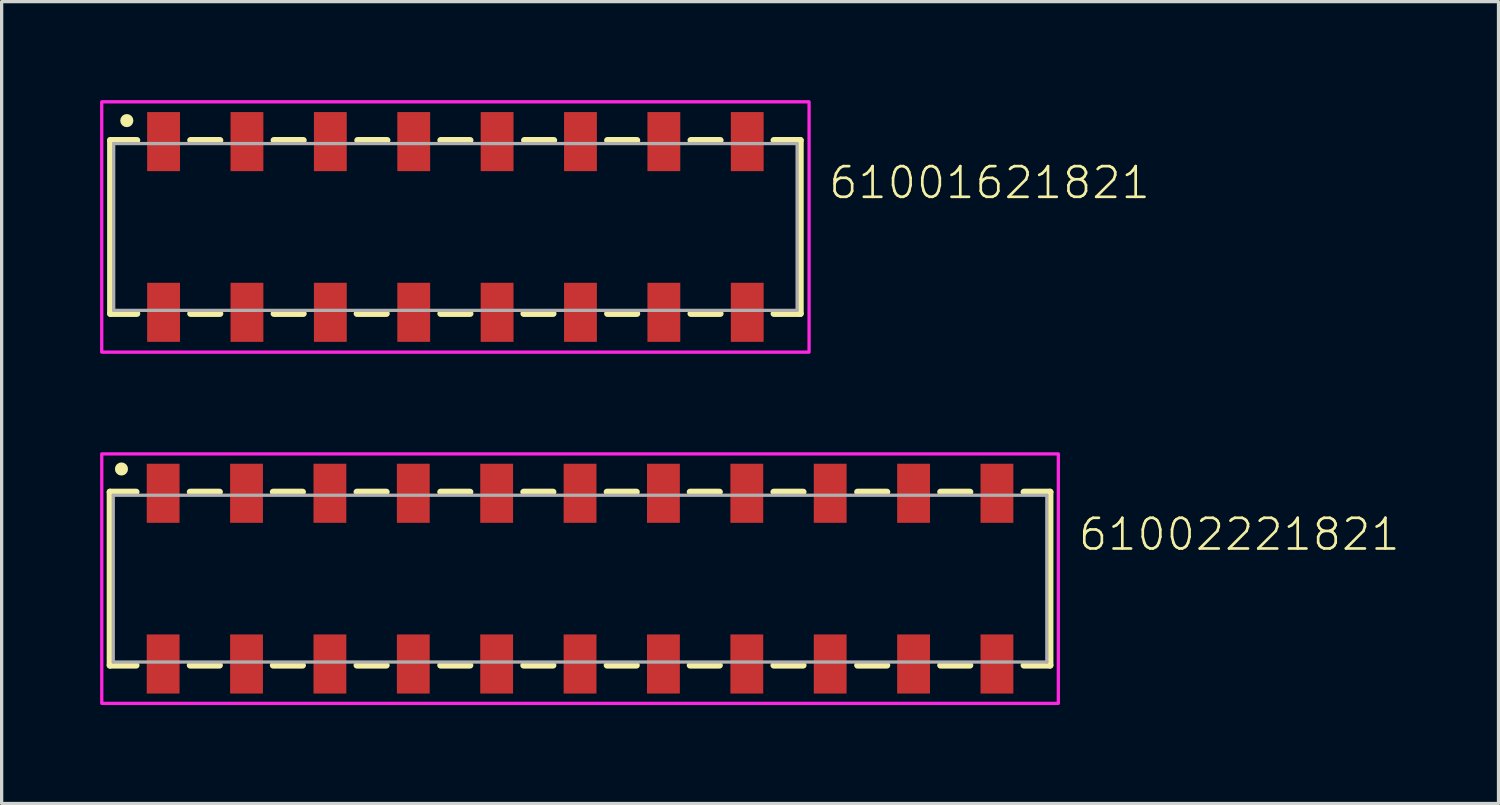
<source format=kicad_pcb>
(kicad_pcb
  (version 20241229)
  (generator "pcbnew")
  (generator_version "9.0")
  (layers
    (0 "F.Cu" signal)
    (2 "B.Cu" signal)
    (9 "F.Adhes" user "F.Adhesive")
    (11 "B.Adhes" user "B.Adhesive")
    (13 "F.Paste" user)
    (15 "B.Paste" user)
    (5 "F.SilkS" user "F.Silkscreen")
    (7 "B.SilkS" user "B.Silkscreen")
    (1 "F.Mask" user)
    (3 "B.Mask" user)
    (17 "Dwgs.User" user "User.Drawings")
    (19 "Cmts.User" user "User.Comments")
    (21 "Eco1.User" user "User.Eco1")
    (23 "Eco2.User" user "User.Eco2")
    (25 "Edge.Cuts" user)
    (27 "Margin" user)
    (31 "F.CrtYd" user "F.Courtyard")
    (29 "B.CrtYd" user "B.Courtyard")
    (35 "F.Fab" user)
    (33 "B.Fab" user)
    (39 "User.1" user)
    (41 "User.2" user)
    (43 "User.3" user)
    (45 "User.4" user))
  (footprint "61002221821"
    (layer "F.Cu")
    (at 14.62 14.577)
    (property "Reference" "61002221821" (at 15.13 -0.8 0) (unlocked yes) (layer "F.SilkS") (effects (font (size 0.935 0.935) (thickness 0.081)) (justify left bottom)))
    (fp_line (start -14.32 -2.64) (end -14.32 2.64) (stroke (width 0.2) (type solid)) (layer "F.SilkS"))
    (fp_line (start -13.52 -2.64) (end -14.32 -2.64) (stroke (width 0.2) (type solid)) (layer "F.SilkS"))
    (fp_line (start -13.52 2.64) (end -14.32 2.64) (stroke (width 0.2) (type solid)) (layer "F.SilkS"))
    (fp_line (start -11.88 -2.64) (end -10.98 -2.64) (stroke (width 0.2) (type solid)) (layer "F.SilkS"))
    (fp_line (start -11.88 2.64) (end -10.98 2.64) (stroke (width 0.2) (type solid)) (layer "F.SilkS"))
    (fp_line (start -9.35 -2.64) (end -8.45 -2.64) (stroke (width 0.2) (type solid)) (layer "F.SilkS"))
    (fp_line (start -9.35 2.64) (end -8.45 2.64) (stroke (width 0.2) (type solid)) (layer "F.SilkS"))
    (fp_line (start -6.8 -2.64) (end -5.9 -2.64) (stroke (width 0.2) (type solid)) (layer "F.SilkS"))
    (fp_line (start -5.9 2.64) (end -6.8 2.64) (stroke (width 0.2) (type solid)) (layer "F.SilkS"))
    (fp_line (start -4.25 -2.64) (end -3.35 -2.64) (stroke (width 0.2) (type solid)) (layer "F.SilkS"))
    (fp_line (start -4.25 2.64) (end -3.35 2.64) (stroke (width 0.2) (type solid)) (layer "F.SilkS"))
    (fp_line (start -1.72 -2.64) (end -0.82 -2.64) (stroke (width 0.2) (type solid)) (layer "F.SilkS"))
    (fp_line (start -1.72 2.64) (end -0.82 2.64) (stroke (width 0.2) (type solid)) (layer "F.SilkS"))
    (fp_line (start 1.72 -2.64) (end 0.82 -2.64) (stroke (width 0.2) (type solid)) (layer "F.SilkS"))
    (fp_line (start 1.72 2.64) (end 0.82 2.64) (stroke (width 0.2) (type solid)) (layer "F.SilkS"))
    (fp_line (start 4.25 -2.64) (end 3.35 -2.64) (stroke (width 0.2) (type solid)) (layer "F.SilkS"))
    (fp_line (start 4.25 2.64) (end 3.35 2.64) (stroke (width 0.2) (type solid)) (layer "F.SilkS"))
    (fp_line (start 5.9 -2.64) (end 6.8 -2.64) (stroke (width 0.2) (type solid)) (layer "F.SilkS"))
    (fp_line (start 6.8 2.64) (end 5.9 2.64) (stroke (width 0.2) (type solid)) (layer "F.SilkS"))
    (fp_line (start 9.35 -2.64) (end 8.45 -2.64) (stroke (width 0.2) (type solid)) (layer "F.SilkS"))
    (fp_line (start 9.35 2.64) (end 8.45 2.64) (stroke (width 0.2) (type solid)) (layer "F.SilkS"))
    (fp_line (start 11.88 -2.64) (end 10.98 -2.64) (stroke (width 0.2) (type solid)) (layer "F.SilkS"))
    (fp_line (start 11.88 2.64) (end 10.98 2.64) (stroke (width 0.2) (type solid)) (layer "F.SilkS"))
    (fp_line (start 13.52 -2.64) (end 14.32 -2.64) (stroke (width 0.2) (type solid)) (layer "F.SilkS"))
    (fp_line (start 13.52 2.64) (end 14.32 2.64) (stroke (width 0.2) (type solid)) (layer "F.SilkS"))
    (fp_line (start 14.32 2.64) (end 14.32 -2.64) (stroke (width 0.2) (type solid)) (layer "F.SilkS"))
    (fp_circle (center -13.97 -3.34) (end -13.87 -3.34) (stroke (width 0.2) (type solid)) (fill no) (layer "F.SilkS"))
    (fp_poly (pts (xy 14.57 3.8) (xy -14.57 3.8) (xy -14.57 -3.8) (xy 14.57 -3.8)) (stroke (width 0.1) (type default)) (fill no) (layer "F.CrtYd"))
    (fp_line (start -14.22 -2.54) (end -14.22 2.54) (stroke (width 0.1) (type solid)) (layer "F.Fab"))
    (fp_line (start -14.22 2.54) (end 14.22 2.54) (stroke (width 0.1) (type solid)) (layer "F.Fab"))
    (fp_line (start 14.22 -2.54) (end -14.22 -2.54) (stroke (width 0.1) (type solid)) (layer "F.Fab"))
    (fp_line (start 14.22 2.54) (end 14.22 -2.54) (stroke (width 0.1) (type solid)) (layer "F.Fab"))
    (pad "1" smd rect (at -12.7 -2.6) (size 1 1.8) (layers "F.Cu" "F.Mask" "F.Paste"))
    (pad "2" smd rect (at -12.7 2.6) (size 1 1.8) (layers "F.Cu" "F.Mask" "F.Paste"))
    (pad "3" smd rect (at -10.16 -2.6) (size 1 1.8) (layers "F.Cu" "F.Mask" "F.Paste"))
    (pad "4" smd rect (at -10.16 2.6) (size 1 1.8) (layers "F.Cu" "F.Mask" "F.Paste"))
    (pad "5" smd rect (at -7.62 -2.6) (size 1 1.8) (layers "F.Cu" "F.Mask" "F.Paste"))
    (pad "6" smd rect (at -7.62 2.6) (size 1 1.8) (layers "F.Cu" "F.Mask" "F.Paste"))
    (pad "7" smd rect (at -5.08 -2.6) (size 1 1.8) (layers "F.Cu" "F.Mask" "F.Paste"))
    (pad "8" smd rect (at -5.08 2.6) (size 1 1.8) (layers "F.Cu" "F.Mask" "F.Paste"))
    (pad "9" smd rect (at -2.54 -2.6) (size 1 1.8) (layers "F.Cu" "F.Mask" "F.Paste"))
    (pad "10" smd rect (at -2.54 2.6) (size 1 1.8) (layers "F.Cu" "F.Mask" "F.Paste"))
    (pad "11" smd rect (at 0 -2.6) (size 1 1.8) (layers "F.Cu" "F.Mask" "F.Paste"))
    (pad "12" smd rect (at 0 2.6) (size 1 1.8) (layers "F.Cu" "F.Mask" "F.Paste"))
    (pad "13" smd rect (at 2.54 -2.6) (size 1 1.8) (layers "F.Cu" "F.Mask" "F.Paste"))
    (pad "14" smd rect (at 2.54 2.6) (size 1 1.8) (layers "F.Cu" "F.Mask" "F.Paste"))
    (pad "15" smd rect (at 5.08 -2.6) (size 1 1.8) (layers "F.Cu" "F.Mask" "F.Paste"))
    (pad "16" smd rect (at 5.08 2.6) (size 1 1.8) (layers "F.Cu" "F.Mask" "F.Paste"))
    (pad "17" smd rect (at 7.62 -2.6) (size 1 1.8) (layers "F.Cu" "F.Mask" "F.Paste"))
    (pad "18" smd rect (at 7.62 2.6) (size 1 1.8) (layers "F.Cu" "F.Mask" "F.Paste"))
    (pad "19" smd rect (at 10.16 -2.6) (size 1 1.8) (layers "F.Cu" "F.Mask" "F.Paste"))
    (pad "20" smd rect (at 10.16 2.6) (size 1 1.8) (layers "F.Cu" "F.Mask" "F.Paste"))
    (pad "21" smd rect (at 12.7 -2.6) (size 1 1.8) (layers "F.Cu" "F.Mask" "F.Paste"))
    (pad "22" smd rect (at 12.7 2.6) (size 1 1.8) (layers "F.Cu" "F.Mask" "F.Paste")))
  (footprint "61001621821"
    (layer "F.Cu")
    (at 10.823 3.864)
    (property "Reference" "61001621821" (at 11.32 -0.8 0) (unlocked yes) (layer "F.SilkS") (effects (font (size 0.935 0.935) (thickness 0.081)) (justify left bottom)))
    (fp_line (start -10.51 -2.64) (end -10.51 2.64) (stroke (width 0.2) (type solid)) (layer "F.SilkS"))
    (fp_line (start -9.7 -2.64) (end -10.51 -2.64) (stroke (width 0.2) (type solid)) (layer "F.SilkS"))
    (fp_line (start -9.7 2.64) (end -10.51 2.64) (stroke (width 0.2) (type solid)) (layer "F.SilkS"))
    (fp_line (start -8.07 -2.64) (end -7.17 -2.64) (stroke (width 0.2) (type solid)) (layer "F.SilkS"))
    (fp_line (start -8.07 2.64) (end -7.17 2.64) (stroke (width 0.2) (type solid)) (layer "F.SilkS"))
    (fp_line (start -5.53 -2.64) (end -4.63 -2.64) (stroke (width 0.2) (type solid)) (layer "F.SilkS"))
    (fp_line (start -5.53 2.64) (end -4.63 2.64) (stroke (width 0.2) (type solid)) (layer "F.SilkS"))
    (fp_line (start -3 2.64) (end -2.1 2.64) (stroke (width 0.2) (type solid)) (layer "F.SilkS"))
    (fp_line (start -2.98 -2.64) (end -2.08 -2.64) (stroke (width 0.2) (type solid)) (layer "F.SilkS"))
    (fp_line (start -0.45 -2.64) (end 0.45 -2.64) (stroke (width 0.2) (type solid)) (layer "F.SilkS"))
    (fp_line (start 0.45 2.64) (end -0.45 2.64) (stroke (width 0.2) (type solid)) (layer "F.SilkS"))
    (fp_line (start 2.98 2.64) (end 2.08 2.64) (stroke (width 0.2) (type solid)) (layer "F.SilkS"))
    (fp_line (start 3 -2.64) (end 2.1 -2.64) (stroke (width 0.2) (type solid)) (layer "F.SilkS"))
    (fp_line (start 5.53 -2.64) (end 4.63 -2.64) (stroke (width 0.2) (type solid)) (layer "F.SilkS"))
    (fp_line (start 5.53 2.64) (end 4.63 2.64) (stroke (width 0.2) (type solid)) (layer "F.SilkS"))
    (fp_line (start 8.07 -2.64) (end 7.17 -2.64) (stroke (width 0.2) (type solid)) (layer "F.SilkS"))
    (fp_line (start 8.07 2.64) (end 7.17 2.64) (stroke (width 0.2) (type solid)) (layer "F.SilkS"))
    (fp_line (start 9.7 -2.64) (end 10.51 -2.64) (stroke (width 0.2) (type solid)) (layer "F.SilkS"))
    (fp_line (start 9.7 2.64) (end 10.51 2.64) (stroke (width 0.2) (type solid)) (layer "F.SilkS"))
    (fp_line (start 10.51 2.64) (end 10.51 -2.64) (stroke (width 0.2) (type solid)) (layer "F.SilkS"))
    (fp_circle (center -10.01 -3.24) (end -9.91 -3.24) (stroke (width 0.2) (type solid)) (fill no) (layer "F.SilkS"))
    (fp_poly (pts (xy 10.774 3.813) (xy -10.774 3.813) (xy -10.774 -3.813) (xy 10.774 -3.813)) (stroke (width 0.1) (type default)) (fill no) (layer "F.CrtYd"))
    (fp_line (start -10.41 -2.54) (end -10.41 2.54) (stroke (width 0.1) (type solid)) (layer "F.Fab"))
    (fp_line (start -10.41 2.54) (end 10.41 2.54) (stroke (width 0.1) (type solid)) (layer "F.Fab"))
    (fp_line (start 10.41 -2.54) (end -10.41 -2.54) (stroke (width 0.1) (type solid)) (layer "F.Fab"))
    (fp_line (start 10.41 2.54) (end 10.41 -2.54) (stroke (width 0.1) (type solid)) (layer "F.Fab"))
    (pad "1" smd rect (at -8.89 -2.6) (size 1 1.8) (layers "F.Cu" "F.Mask" "F.Paste"))
    (pad "2" smd rect (at -8.89 2.6) (size 1 1.8) (layers "F.Cu" "F.Mask" "F.Paste"))
    (pad "3" smd rect (at -6.35 -2.6) (size 1 1.8) (layers "F.Cu" "F.Mask" "F.Paste"))
    (pad "4" smd rect (at -6.35 2.6) (size 1 1.8) (layers "F.Cu" "F.Mask" "F.Paste"))
    (pad "5" smd rect (at -3.81 -2.6) (size 1 1.8) (layers "F.Cu" "F.Mask" "F.Paste"))
    (pad "6" smd rect (at -3.81 2.6) (size 1 1.8) (layers "F.Cu" "F.Mask" "F.Paste"))
    (pad "7" smd rect (at -1.27 -2.6) (size 1 1.8) (layers "F.Cu" "F.Mask" "F.Paste"))
    (pad "8" smd rect (at -1.27 2.6) (size 1 1.8) (layers "F.Cu" "F.Mask" "F.Paste"))
    (pad "9" smd rect (at 1.27 -2.6) (size 1 1.8) (layers "F.Cu" "F.Mask" "F.Paste"))
    (pad "10" smd rect (at 1.27 2.6) (size 1 1.8) (layers "F.Cu" "F.Mask" "F.Paste"))
    (pad "11" smd rect (at 3.81 -2.6) (size 1 1.8) (layers "F.Cu" "F.Mask" "F.Paste"))
    (pad "12" smd rect (at 3.81 2.6) (size 1 1.8) (layers "F.Cu" "F.Mask" "F.Paste"))
    (pad "13" smd rect (at 6.35 -2.6) (size 1 1.8) (layers "F.Cu" "F.Mask" "F.Paste"))
    (pad "14" smd rect (at 6.35 2.6) (size 1 1.8) (layers "F.Cu" "F.Mask" "F.Paste"))
    (pad "15" smd rect (at 8.89 -2.6) (size 1 1.8) (layers "F.Cu" "F.Mask" "F.Paste"))
    (pad "16" smd rect (at 8.89 2.6) (size 1 1.8) (layers "F.Cu" "F.Mask" "F.Paste")))
  (gr_rect
    (start -3 -3)
    (end 42.599 21.427)
    (stroke (width 0.1) (type default))
    (fill no)
    (layer "Edge.Cuts")))
</source>
